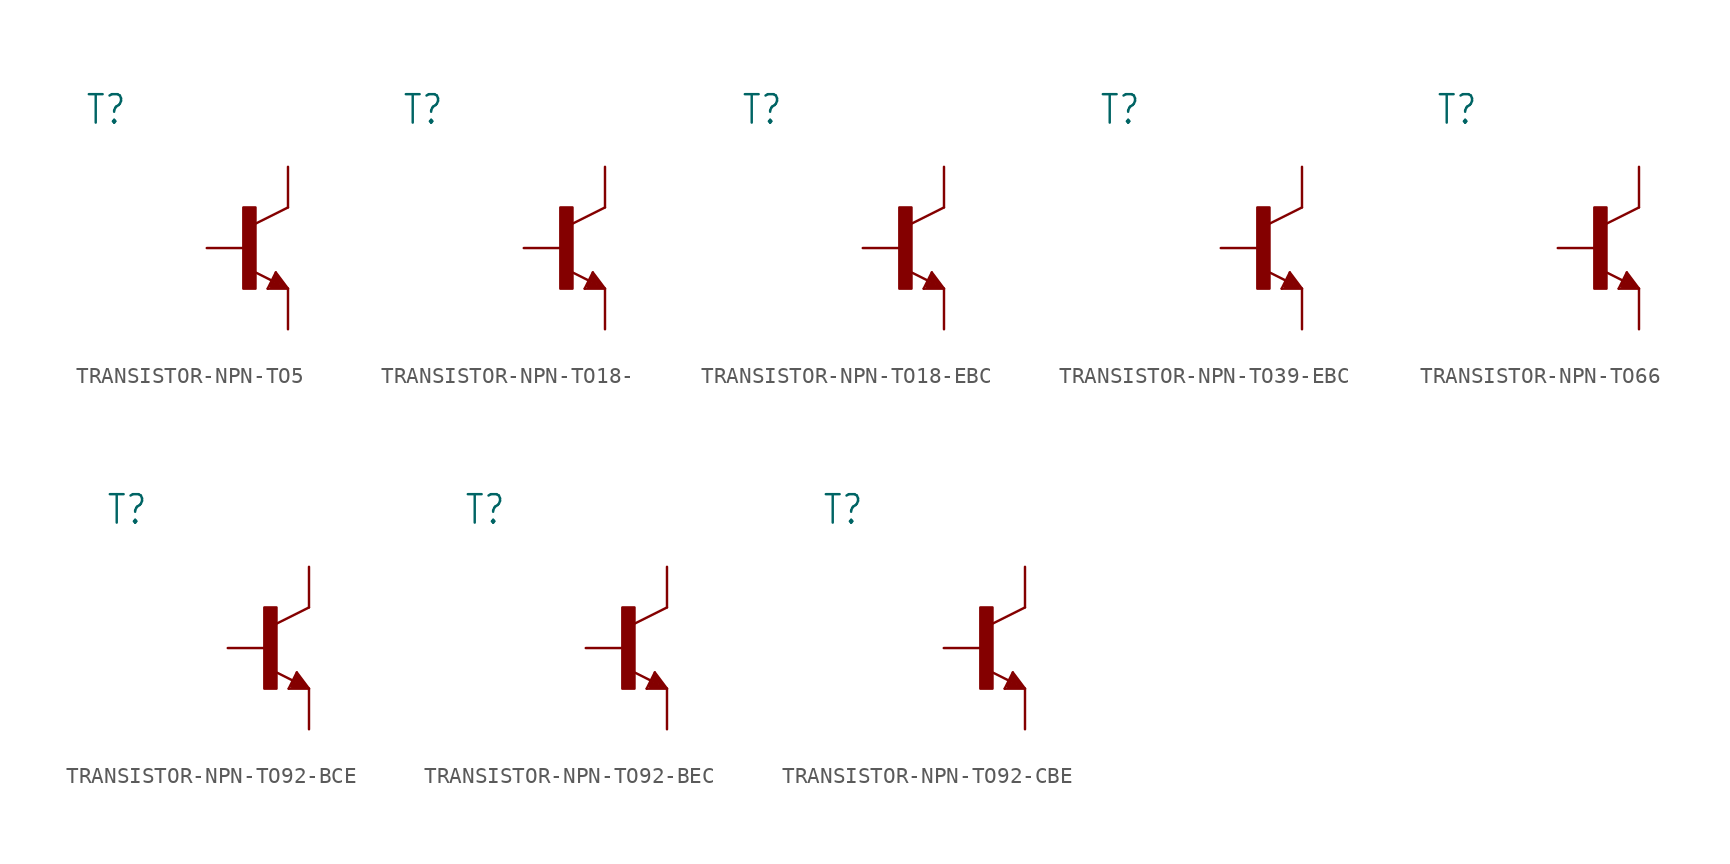
<source format=kicad_sym>
(kicad_symbol_lib
  (version 20231120)
  (generator "kicad_symbol_editor")
  (generator_version "8.0")
  (symbol "TRANSISTOR-NPN-TO5"
    (property "Reference" "T"
      (at -10.16 7.62 0)
      (effects (font (size 1.778 1.511)) (justify left bottom)))
    (property "Value" ""
      (at -10.16 5.08 0)
      (effects (font (size 1.778 1.511)) (justify left bottom)))
    (property "ki_locked" ""
      (at 0 0 0)
      (effects (font (size 1.27 1.27))))
    (symbol "TRANSISTOR-NPN-TO5_1_0"
      (rectangle (start -0.254 -2.54) (end 0.508 2.54) (stroke (width 0) (type default)) (fill (type outline)))
      (polyline (pts (xy 1.27 -2.54) (xy 1.778 -1.524)) (stroke (width 0.152) (type solid)) (fill (type none)))
      (polyline (pts (xy 1.524 -2.413) (xy 2.286 -2.413)) (stroke (width 0.254) (type solid)) (fill (type none)))
      (polyline (pts (xy 1.524 -2.286) (xy 1.905 -2.286)) (stroke (width 0.254) (type solid)) (fill (type none)))
      (polyline (pts (xy 1.54 -2.04) (xy 0.308 -1.424)) (stroke (width 0.152) (type solid)) (fill (type none)))
      (polyline (pts (xy 1.778 -1.778) (xy 1.524 -2.286)) (stroke (width 0.254) (type solid)) (fill (type none)))
      (polyline (pts (xy 1.778 -1.524) (xy 2.54 -2.54)) (stroke (width 0.152) (type solid)) (fill (type none)))
      (polyline (pts (xy 1.905 -2.286) (xy 1.778 -2.032)) (stroke (width 0.254) (type solid)) (fill (type none)))
      (polyline (pts (xy 2.286 -2.413) (xy 1.778 -1.778)) (stroke (width 0.254) (type solid)) (fill (type none)))
      (polyline (pts (xy 2.54 -2.54) (xy 1.27 -2.54)) (stroke (width 0.152) (type solid)) (fill (type none)))
      (polyline (pts (xy 2.54 2.54) (xy 0.508 1.524)) (stroke (width 0.152) (type solid)) (fill (type none)))
      (pin passive line (at 2.54 -5.08 90) (length 2.54) (name "E" (effects (font (size 0 0)))) (number "1" (effects (font (size 0 0)))))
      (pin passive line (at -2.54 0 0) (length 2.54) (name "B" (effects (font (size 0 0)))) (number "2" (effects (font (size 0 0)))))
      (pin passive line (at 2.54 5.08 270) (length 2.54) (name "C" (effects (font (size 0 0)))) (number "3" (effects (font (size 0 0)))))))
  (symbol "TRANSISTOR-NPN-TO18-"
    (property "Reference" "T"
      (at -10.16 7.62 0)
      (effects (font (size 1.778 1.511)) (justify left bottom)))
    (property "Value" ""
      (at -10.16 5.08 0)
      (effects (font (size 1.778 1.511)) (justify left bottom)))
    (property "ki_locked" ""
      (at 0 0 0)
      (effects (font (size 1.27 1.27))))
    (symbol "TRANSISTOR-NPN-TO18-_1_0"
      (rectangle (start -0.254 -2.54) (end 0.508 2.54) (stroke (width 0) (type default)) (fill (type outline)))
      (polyline (pts (xy 1.27 -2.54) (xy 1.778 -1.524)) (stroke (width 0.152) (type solid)) (fill (type none)))
      (polyline (pts (xy 1.524 -2.413) (xy 2.286 -2.413)) (stroke (width 0.254) (type solid)) (fill (type none)))
      (polyline (pts (xy 1.524 -2.286) (xy 1.905 -2.286)) (stroke (width 0.254) (type solid)) (fill (type none)))
      (polyline (pts (xy 1.54 -2.04) (xy 0.308 -1.424)) (stroke (width 0.152) (type solid)) (fill (type none)))
      (polyline (pts (xy 1.778 -1.778) (xy 1.524 -2.286)) (stroke (width 0.254) (type solid)) (fill (type none)))
      (polyline (pts (xy 1.778 -1.524) (xy 2.54 -2.54)) (stroke (width 0.152) (type solid)) (fill (type none)))
      (polyline (pts (xy 1.905 -2.286) (xy 1.778 -2.032)) (stroke (width 0.254) (type solid)) (fill (type none)))
      (polyline (pts (xy 2.286 -2.413) (xy 1.778 -1.778)) (stroke (width 0.254) (type solid)) (fill (type none)))
      (polyline (pts (xy 2.54 -2.54) (xy 1.27 -2.54)) (stroke (width 0.152) (type solid)) (fill (type none)))
      (polyline (pts (xy 2.54 2.54) (xy 0.508 1.524)) (stroke (width 0.152) (type solid)) (fill (type none)))
      (pin passive line (at 2.54 -5.08 90) (length 2.54) (name "E" (effects (font (size 0 0)))) (number "1" (effects (font (size 0 0)))))
      (pin passive line (at -2.54 0 0) (length 2.54) (name "B" (effects (font (size 0 0)))) (number "2" (effects (font (size 0 0)))))
      (pin passive line (at 2.54 5.08 270) (length 2.54) (name "C" (effects (font (size 0 0)))) (number "3" (effects (font (size 0 0)))))))
  (symbol "TRANSISTOR-NPN-TO18-EBC"
    (property "Reference" "T"
      (at -10.16 7.62 0)
      (effects (font (size 1.778 1.511)) (justify left bottom)))
    (property "Value" ""
      (at -10.16 5.08 0)
      (effects (font (size 1.778 1.511)) (justify left bottom)))
    (property "ki_locked" ""
      (at 0 0 0)
      (effects (font (size 1.27 1.27))))
    (symbol "TRANSISTOR-NPN-TO18-EBC_1_0"
      (rectangle (start -0.254 -2.54) (end 0.508 2.54) (stroke (width 0) (type default)) (fill (type outline)))
      (polyline (pts (xy 1.27 -2.54) (xy 1.778 -1.524)) (stroke (width 0.152) (type solid)) (fill (type none)))
      (polyline (pts (xy 1.524 -2.413) (xy 2.286 -2.413)) (stroke (width 0.254) (type solid)) (fill (type none)))
      (polyline (pts (xy 1.524 -2.286) (xy 1.905 -2.286)) (stroke (width 0.254) (type solid)) (fill (type none)))
      (polyline (pts (xy 1.54 -2.04) (xy 0.308 -1.424)) (stroke (width 0.152) (type solid)) (fill (type none)))
      (polyline (pts (xy 1.778 -1.778) (xy 1.524 -2.286)) (stroke (width 0.254) (type solid)) (fill (type none)))
      (polyline (pts (xy 1.778 -1.524) (xy 2.54 -2.54)) (stroke (width 0.152) (type solid)) (fill (type none)))
      (polyline (pts (xy 1.905 -2.286) (xy 1.778 -2.032)) (stroke (width 0.254) (type solid)) (fill (type none)))
      (polyline (pts (xy 2.286 -2.413) (xy 1.778 -1.778)) (stroke (width 0.254) (type solid)) (fill (type none)))
      (polyline (pts (xy 2.54 -2.54) (xy 1.27 -2.54)) (stroke (width 0.152) (type solid)) (fill (type none)))
      (polyline (pts (xy 2.54 2.54) (xy 0.508 1.524)) (stroke (width 0.152) (type solid)) (fill (type none)))
      (pin passive line (at 2.54 -5.08 90) (length 2.54) (name "E" (effects (font (size 0 0)))) (number "1" (effects (font (size 0 0)))))
      (pin passive line (at -2.54 0 0) (length 2.54) (name "B" (effects (font (size 0 0)))) (number "2" (effects (font (size 0 0)))))
      (pin passive line (at 2.54 5.08 270) (length 2.54) (name "C" (effects (font (size 0 0)))) (number "3" (effects (font (size 0 0)))))))
  (symbol "TRANSISTOR-NPN-TO39-EBC"
    (property "Reference" "T"
      (at -10.16 7.62 0)
      (effects (font (size 1.778 1.511)) (justify left bottom)))
    (property "Value" ""
      (at -10.16 5.08 0)
      (effects (font (size 1.778 1.511)) (justify left bottom)))
    (property "ki_locked" ""
      (at 0 0 0)
      (effects (font (size 1.27 1.27))))
    (symbol "TRANSISTOR-NPN-TO39-EBC_1_0"
      (rectangle (start -0.254 -2.54) (end 0.508 2.54) (stroke (width 0) (type default)) (fill (type outline)))
      (polyline (pts (xy 1.27 -2.54) (xy 1.778 -1.524)) (stroke (width 0.152) (type solid)) (fill (type none)))
      (polyline (pts (xy 1.524 -2.413) (xy 2.286 -2.413)) (stroke (width 0.254) (type solid)) (fill (type none)))
      (polyline (pts (xy 1.524 -2.286) (xy 1.905 -2.286)) (stroke (width 0.254) (type solid)) (fill (type none)))
      (polyline (pts (xy 1.54 -2.04) (xy 0.308 -1.424)) (stroke (width 0.152) (type solid)) (fill (type none)))
      (polyline (pts (xy 1.778 -1.778) (xy 1.524 -2.286)) (stroke (width 0.254) (type solid)) (fill (type none)))
      (polyline (pts (xy 1.778 -1.524) (xy 2.54 -2.54)) (stroke (width 0.152) (type solid)) (fill (type none)))
      (polyline (pts (xy 1.905 -2.286) (xy 1.778 -2.032)) (stroke (width 0.254) (type solid)) (fill (type none)))
      (polyline (pts (xy 2.286 -2.413) (xy 1.778 -1.778)) (stroke (width 0.254) (type solid)) (fill (type none)))
      (polyline (pts (xy 2.54 -2.54) (xy 1.27 -2.54)) (stroke (width 0.152) (type solid)) (fill (type none)))
      (polyline (pts (xy 2.54 2.54) (xy 0.508 1.524)) (stroke (width 0.152) (type solid)) (fill (type none)))
      (pin passive line (at 2.54 -5.08 90) (length 2.54) (name "E" (effects (font (size 0 0)))) (number "1" (effects (font (size 0 0)))))
      (pin passive line (at -2.54 0 0) (length 2.54) (name "B" (effects (font (size 0 0)))) (number "2" (effects (font (size 0 0)))))
      (pin passive line (at 2.54 5.08 270) (length 2.54) (name "C" (effects (font (size 0 0)))) (number "3" (effects (font (size 0 0)))))))
  (symbol "TRANSISTOR-NPN-TO66"
    (property "Reference" "T"
      (at -10.16 7.62 0)
      (effects (font (size 1.778 1.511)) (justify left bottom)))
    (property "Value" ""
      (at -10.16 5.08 0)
      (effects (font (size 1.778 1.511)) (justify left bottom)))
    (property "ki_locked" ""
      (at 0 0 0)
      (effects (font (size 1.27 1.27))))
    (symbol "TRANSISTOR-NPN-TO66_1_0"
      (rectangle (start -0.254 -2.54) (end 0.508 2.54) (stroke (width 0) (type default)) (fill (type outline)))
      (polyline (pts (xy 1.27 -2.54) (xy 1.778 -1.524)) (stroke (width 0.152) (type solid)) (fill (type none)))
      (polyline (pts (xy 1.524 -2.413) (xy 2.286 -2.413)) (stroke (width 0.254) (type solid)) (fill (type none)))
      (polyline (pts (xy 1.524 -2.286) (xy 1.905 -2.286)) (stroke (width 0.254) (type solid)) (fill (type none)))
      (polyline (pts (xy 1.54 -2.04) (xy 0.308 -1.424)) (stroke (width 0.152) (type solid)) (fill (type none)))
      (polyline (pts (xy 1.778 -1.778) (xy 1.524 -2.286)) (stroke (width 0.254) (type solid)) (fill (type none)))
      (polyline (pts (xy 1.778 -1.524) (xy 2.54 -2.54)) (stroke (width 0.152) (type solid)) (fill (type none)))
      (polyline (pts (xy 1.905 -2.286) (xy 1.778 -2.032)) (stroke (width 0.254) (type solid)) (fill (type none)))
      (polyline (pts (xy 2.286 -2.413) (xy 1.778 -1.778)) (stroke (width 0.254) (type solid)) (fill (type none)))
      (polyline (pts (xy 2.54 -2.54) (xy 1.27 -2.54)) (stroke (width 0.152) (type solid)) (fill (type none)))
      (polyline (pts (xy 2.54 2.54) (xy 0.508 1.524)) (stroke (width 0.152) (type solid)) (fill (type none)))
      (pin passive line (at 2.54 -5.08 90) (length 2.54) (name "E" (effects (font (size 0 0)))) (number "1" (effects (font (size 0 0)))))
      (pin passive line (at -2.54 0 0) (length 2.54) (name "B" (effects (font (size 0 0)))) (number "2" (effects (font (size 0 0)))))
      (pin passive line (at 2.54 5.08 270) (length 2.54) (name "C" (effects (font (size 0 0)))) (number "3" (effects (font (size 0 0)))))))
  (symbol "TRANSISTOR-NPN-TO92-BCE"
    (property "Reference" "T"
      (at -10.16 7.62 0)
      (effects (font (size 1.778 1.511)) (justify left bottom)))
    (property "Value" ""
      (at -10.16 5.08 0)
      (effects (font (size 1.778 1.511)) (justify left bottom)))
    (property "ki_locked" ""
      (at 0 0 0)
      (effects (font (size 1.27 1.27))))
    (symbol "TRANSISTOR-NPN-TO92-BCE_1_0"
      (rectangle (start -0.254 -2.54) (end 0.508 2.54) (stroke (width 0) (type default)) (fill (type outline)))
      (polyline (pts (xy 1.27 -2.54) (xy 1.778 -1.524)) (stroke (width 0.152) (type solid)) (fill (type none)))
      (polyline (pts (xy 1.524 -2.413) (xy 2.286 -2.413)) (stroke (width 0.254) (type solid)) (fill (type none)))
      (polyline (pts (xy 1.524 -2.286) (xy 1.905 -2.286)) (stroke (width 0.254) (type solid)) (fill (type none)))
      (polyline (pts (xy 1.54 -2.04) (xy 0.308 -1.424)) (stroke (width 0.152) (type solid)) (fill (type none)))
      (polyline (pts (xy 1.778 -1.778) (xy 1.524 -2.286)) (stroke (width 0.254) (type solid)) (fill (type none)))
      (polyline (pts (xy 1.778 -1.524) (xy 2.54 -2.54)) (stroke (width 0.152) (type solid)) (fill (type none)))
      (polyline (pts (xy 1.905 -2.286) (xy 1.778 -2.032)) (stroke (width 0.254) (type solid)) (fill (type none)))
      (polyline (pts (xy 2.286 -2.413) (xy 1.778 -1.778)) (stroke (width 0.254) (type solid)) (fill (type none)))
      (polyline (pts (xy 2.54 -2.54) (xy 1.27 -2.54)) (stroke (width 0.152) (type solid)) (fill (type none)))
      (polyline (pts (xy 2.54 2.54) (xy 0.508 1.524)) (stroke (width 0.152) (type solid)) (fill (type none)))
      (pin passive line (at -2.54 0 0) (length 2.54) (name "B" (effects (font (size 0 0)))) (number "B" (effects (font (size 0 0)))))
      (pin passive line (at 2.54 5.08 270) (length 2.54) (name "C" (effects (font (size 0 0)))) (number "C" (effects (font (size 0 0)))))
      (pin passive line (at 2.54 -5.08 90) (length 2.54) (name "E" (effects (font (size 0 0)))) (number "E" (effects (font (size 0 0)))))))
  (symbol "TRANSISTOR-NPN-TO92-BEC"
    (property "Reference" "T"
      (at -10.16 7.62 0)
      (effects (font (size 1.778 1.511)) (justify left bottom)))
    (property "Value" ""
      (at -10.16 5.08 0)
      (effects (font (size 1.778 1.511)) (justify left bottom)))
    (property "ki_locked" ""
      (at 0 0 0)
      (effects (font (size 1.27 1.27))))
    (symbol "TRANSISTOR-NPN-TO92-BEC_1_0"
      (rectangle (start -0.254 -2.54) (end 0.508 2.54) (stroke (width 0) (type default)) (fill (type outline)))
      (polyline (pts (xy 1.27 -2.54) (xy 1.778 -1.524)) (stroke (width 0.152) (type solid)) (fill (type none)))
      (polyline (pts (xy 1.524 -2.413) (xy 2.286 -2.413)) (stroke (width 0.254) (type solid)) (fill (type none)))
      (polyline (pts (xy 1.524 -2.286) (xy 1.905 -2.286)) (stroke (width 0.254) (type solid)) (fill (type none)))
      (polyline (pts (xy 1.54 -2.04) (xy 0.308 -1.424)) (stroke (width 0.152) (type solid)) (fill (type none)))
      (polyline (pts (xy 1.778 -1.778) (xy 1.524 -2.286)) (stroke (width 0.254) (type solid)) (fill (type none)))
      (polyline (pts (xy 1.778 -1.524) (xy 2.54 -2.54)) (stroke (width 0.152) (type solid)) (fill (type none)))
      (polyline (pts (xy 1.905 -2.286) (xy 1.778 -2.032)) (stroke (width 0.254) (type solid)) (fill (type none)))
      (polyline (pts (xy 2.286 -2.413) (xy 1.778 -1.778)) (stroke (width 0.254) (type solid)) (fill (type none)))
      (polyline (pts (xy 2.54 -2.54) (xy 1.27 -2.54)) (stroke (width 0.152) (type solid)) (fill (type none)))
      (polyline (pts (xy 2.54 2.54) (xy 0.508 1.524)) (stroke (width 0.152) (type solid)) (fill (type none)))
      (pin passive line (at -2.54 0 0) (length 2.54) (name "B" (effects (font (size 0 0)))) (number "B" (effects (font (size 0 0)))))
      (pin passive line (at 2.54 5.08 270) (length 2.54) (name "C" (effects (font (size 0 0)))) (number "C" (effects (font (size 0 0)))))
      (pin passive line (at 2.54 -5.08 90) (length 2.54) (name "E" (effects (font (size 0 0)))) (number "E" (effects (font (size 0 0)))))))
  (symbol "TRANSISTOR-NPN-TO92-CBE"
    (property "Reference" "T"
      (at -10.16 7.62 0)
      (effects (font (size 1.778 1.511)) (justify left bottom)))
    (property "Value" ""
      (at -10.16 5.08 0)
      (effects (font (size 1.778 1.511)) (justify left bottom)))
    (property "ki_locked" ""
      (at 0 0 0)
      (effects (font (size 1.27 1.27))))
    (symbol "TRANSISTOR-NPN-TO92-CBE_1_0"
      (rectangle (start -0.254 -2.54) (end 0.508 2.54) (stroke (width 0) (type default)) (fill (type outline)))
      (polyline (pts (xy 1.27 -2.54) (xy 1.778 -1.524)) (stroke (width 0.152) (type solid)) (fill (type none)))
      (polyline (pts (xy 1.524 -2.413) (xy 2.286 -2.413)) (stroke (width 0.254) (type solid)) (fill (type none)))
      (polyline (pts (xy 1.524 -2.286) (xy 1.905 -2.286)) (stroke (width 0.254) (type solid)) (fill (type none)))
      (polyline (pts (xy 1.54 -2.04) (xy 0.308 -1.424)) (stroke (width 0.152) (type solid)) (fill (type none)))
      (polyline (pts (xy 1.778 -1.778) (xy 1.524 -2.286)) (stroke (width 0.254) (type solid)) (fill (type none)))
      (polyline (pts (xy 1.778 -1.524) (xy 2.54 -2.54)) (stroke (width 0.152) (type solid)) (fill (type none)))
      (polyline (pts (xy 1.905 -2.286) (xy 1.778 -2.032)) (stroke (width 0.254) (type solid)) (fill (type none)))
      (polyline (pts (xy 2.286 -2.413) (xy 1.778 -1.778)) (stroke (width 0.254) (type solid)) (fill (type none)))
      (polyline (pts (xy 2.54 -2.54) (xy 1.27 -2.54)) (stroke (width 0.152) (type solid)) (fill (type none)))
      (polyline (pts (xy 2.54 2.54) (xy 0.508 1.524)) (stroke (width 0.152) (type solid)) (fill (type none)))
      (pin passive line (at -2.54 0 0) (length 2.54) (name "B" (effects (font (size 0 0)))) (number "B" (effects (font (size 0 0)))))
      (pin passive line (at 2.54 5.08 270) (length 2.54) (name "C" (effects (font (size 0 0)))) (number "C" (effects (font (size 0 0)))))
      (pin passive line (at 2.54 -5.08 90) (length 2.54) (name "E" (effects (font (size 0 0)))) (number "E" (effects (font (size 0 0))))))))
</source>
